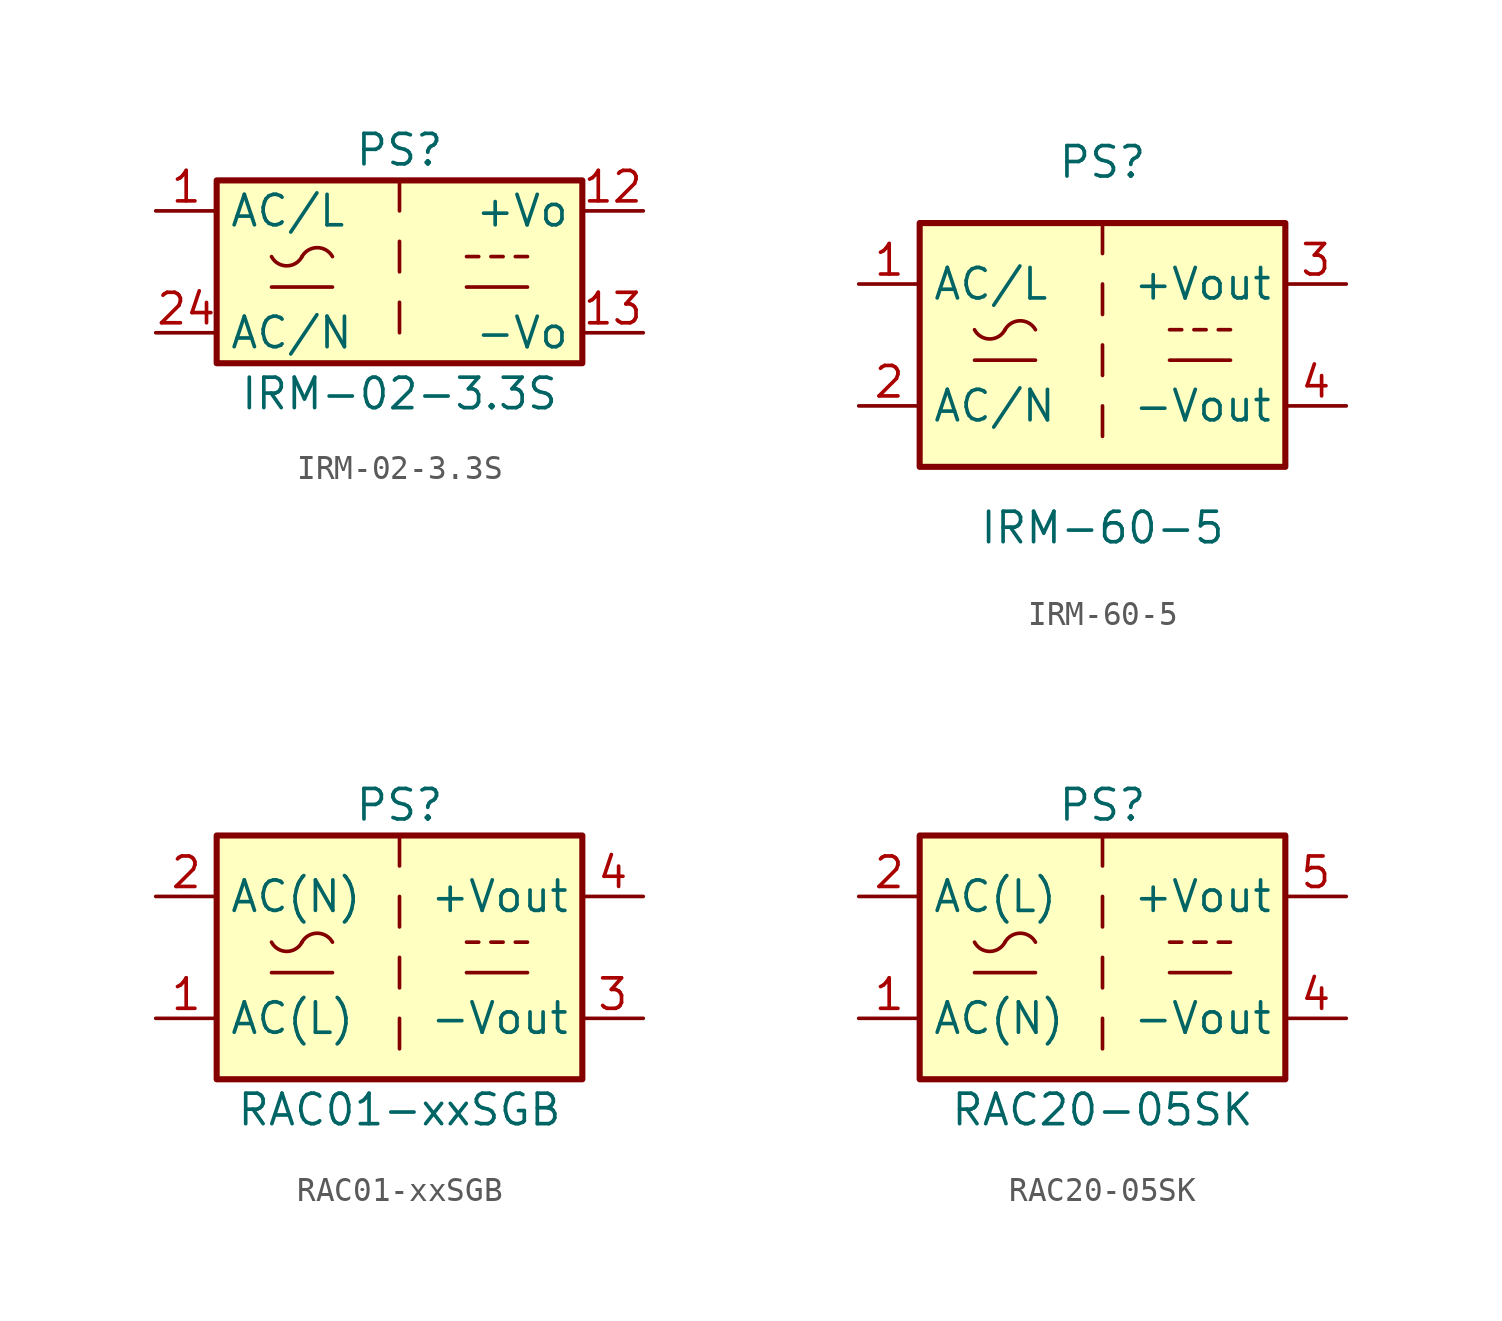
<source format=kicad_sym>
(kicad_symbol_lib
  (version 20211014)
  (generator kicad_symbol_editor)
  (symbol "IRM-02-3.3S"
    (property "Reference" "PS"
      (at 0 5.08 0)
      (effects (font (size 1.27 1.27))))
    (property "Value" "IRM-02-3.3S"
      (at 0 -5.08 0)
      (effects (font (size 1.27 1.27))))
    (symbol "IRM-02-3.3S_1_1"
      (rectangle (start -7.62 3.81) (end 7.62 -3.81) (stroke (width 0.254) (type default) (color 0 0 0 0)) (fill (type background)))
      (arc (start -5.334 0.635) (mid -4.699 0.2495) (end -4.064 0.635) (stroke (width 0) (type default) (color 0 0 0 0)) (fill (type none)))
      (arc (start -2.794 0.635) (mid -3.429 1.0072) (end -4.064 0.635) (stroke (width 0) (type default) (color 0 0 0 0)) (fill (type none)))
      (polyline (pts (xy -5.334 -0.635) (xy -2.794 -0.635)) (stroke (width 0) (type default) (color 0 0 0 0)) (fill (type none)))
      (polyline (pts (xy 0 -1.27) (xy 0 -2.54)) (stroke (width 0) (type default) (color 0 0 0 0)) (fill (type none)))
      (polyline (pts (xy 0 1.27) (xy 0 0)) (stroke (width 0) (type default) (color 0 0 0 0)) (fill (type none)))
      (polyline (pts (xy 0 3.81) (xy 0 2.54)) (stroke (width 0) (type default) (color 0 0 0 0)) (fill (type none)))
      (polyline (pts (xy 2.794 -0.635) (xy 5.334 -0.635)) (stroke (width 0) (type default) (color 0 0 0 0)) (fill (type none)))
      (polyline (pts (xy 2.794 0.635) (xy 3.302 0.635)) (stroke (width 0) (type default) (color 0 0 0 0)) (fill (type none)))
      (polyline (pts (xy 3.81 0.635) (xy 4.318 0.635)) (stroke (width 0) (type default) (color 0 0 0 0)) (fill (type none)))
      (polyline (pts (xy 4.826 0.635) (xy 5.334 0.635)) (stroke (width 0) (type default) (color 0 0 0 0)) (fill (type none)))
      (pin power_in line (at -10.16 2.54 0) (length 2.54) (name "AC/L" (effects (font (size 1.27 1.27)))) (number "1" (effects (font (size 1.27 1.27)))))
      (pin power_out line (at 10.16 2.54 180) (length 2.54) (name "+Vo" (effects (font (size 1.27 1.27)))) (number "12" (effects (font (size 1.27 1.27)))))
      (pin power_out line (at 10.16 -2.54 180) (length 2.54) (name "-Vo" (effects (font (size 1.27 1.27)))) (number "13" (effects (font (size 1.27 1.27)))))
      (pin power_in line (at -10.16 -2.54 0) (length 2.54) (name "AC/N" (effects (font (size 1.27 1.27)))) (number "24" (effects (font (size 1.27 1.27)))))))
  (symbol "IRM-60-5"
    (property "Reference" "PS"
      (at 0 7.62 0)
      (effects (font (size 1.27 1.27))))
    (property "Value" "IRM-60-5"
      (at 0 -7.62 0)
      (effects (font (size 1.27 1.27))))
    (symbol "IRM-60-5_1_1"
      (rectangle (start -7.62 5.08) (end 7.62 -5.08) (stroke (width 0.254) (type default) (color 0 0 0 0)) (fill (type background)))
      (arc (start -5.334 0.635) (mid -4.699 0.2495) (end -4.064 0.635) (stroke (width 0) (type default) (color 0 0 0 0)) (fill (type none)))
      (arc (start -2.794 0.635) (mid -3.429 1.0072) (end -4.064 0.635) (stroke (width 0) (type default) (color 0 0 0 0)) (fill (type none)))
      (polyline (pts (xy -5.334 -0.635) (xy -2.794 -0.635)) (stroke (width 0) (type default) (color 0 0 0 0)) (fill (type none)))
      (polyline (pts (xy 0 -2.54) (xy 0 -3.81)) (stroke (width 0) (type default) (color 0 0 0 0)) (fill (type none)))
      (polyline (pts (xy 0 0) (xy 0 -1.27)) (stroke (width 0) (type default) (color 0 0 0 0)) (fill (type none)))
      (polyline (pts (xy 0 2.54) (xy 0 1.27)) (stroke (width 0) (type default) (color 0 0 0 0)) (fill (type none)))
      (polyline (pts (xy 0 5.08) (xy 0 3.81)) (stroke (width 0) (type default) (color 0 0 0 0)) (fill (type none)))
      (polyline (pts (xy 2.794 -0.635) (xy 5.334 -0.635)) (stroke (width 0) (type default) (color 0 0 0 0)) (fill (type none)))
      (polyline (pts (xy 2.794 0.635) (xy 3.302 0.635)) (stroke (width 0) (type default) (color 0 0 0 0)) (fill (type none)))
      (polyline (pts (xy 3.81 0.635) (xy 4.318 0.635)) (stroke (width 0) (type default) (color 0 0 0 0)) (fill (type none)))
      (polyline (pts (xy 4.826 0.635) (xy 5.334 0.635)) (stroke (width 0) (type default) (color 0 0 0 0)) (fill (type none)))
      (pin power_in line (at -10.16 2.54 0) (length 2.54) (name "AC/L" (effects (font (size 1.27 1.27)))) (number "1" (effects (font (size 1.27 1.27)))))
      (pin power_in line (at -10.16 -2.54 0) (length 2.54) (name "AC/N" (effects (font (size 1.27 1.27)))) (number "2" (effects (font (size 1.27 1.27)))))
      (pin power_out line (at 10.16 2.54 180) (length 2.54) (name "+Vout" (effects (font (size 1.27 1.27)))) (number "3" (effects (font (size 1.27 1.27)))))
      (pin power_out line (at 10.16 -2.54 180) (length 2.54) (name "-Vout" (effects (font (size 1.27 1.27)))) (number "4" (effects (font (size 1.27 1.27)))))))
  (symbol "RAC01-xxSGB"
    (property "Reference" "PS"
      (at 0 6.35 0)
      (effects (font (size 1.27 1.27))))
    (property "Value" "RAC01-xxSGB"
      (at 0 -6.35 0)
      (effects (font (size 1.27 1.27))))
    (symbol "RAC01-xxSGB_1_1"
      (rectangle (start -7.62 5.08) (end 7.62 -5.08) (stroke (width 0.254) (type default) (color 0 0 0 0)) (fill (type background)))
      (arc (start -5.334 0.635) (mid -4.699 0.2495) (end -4.064 0.635) (stroke (width 0) (type default) (color 0 0 0 0)) (fill (type none)))
      (arc (start -2.794 0.635) (mid -3.429 1.0072) (end -4.064 0.635) (stroke (width 0) (type default) (color 0 0 0 0)) (fill (type none)))
      (polyline (pts (xy -5.334 -0.635) (xy -2.794 -0.635)) (stroke (width 0) (type default) (color 0 0 0 0)) (fill (type none)))
      (polyline (pts (xy 0 -2.54) (xy 0 -3.81)) (stroke (width 0) (type default) (color 0 0 0 0)) (fill (type none)))
      (polyline (pts (xy 0 0) (xy 0 -1.27)) (stroke (width 0) (type default) (color 0 0 0 0)) (fill (type none)))
      (polyline (pts (xy 0 2.54) (xy 0 1.27)) (stroke (width 0) (type default) (color 0 0 0 0)) (fill (type none)))
      (polyline (pts (xy 0 5.08) (xy 0 3.81)) (stroke (width 0) (type default) (color 0 0 0 0)) (fill (type none)))
      (polyline (pts (xy 2.794 -0.635) (xy 5.334 -0.635)) (stroke (width 0) (type default) (color 0 0 0 0)) (fill (type none)))
      (polyline (pts (xy 2.794 0.635) (xy 3.302 0.635)) (stroke (width 0) (type default) (color 0 0 0 0)) (fill (type none)))
      (polyline (pts (xy 3.81 0.635) (xy 4.318 0.635)) (stroke (width 0) (type default) (color 0 0 0 0)) (fill (type none)))
      (polyline (pts (xy 4.826 0.635) (xy 5.334 0.635)) (stroke (width 0) (type default) (color 0 0 0 0)) (fill (type none)))
      (pin power_in line (at -10.16 -2.54 0) (length 2.54) (name "AC(L)" (effects (font (size 1.27 1.27)))) (number "1" (effects (font (size 1.27 1.27)))))
      (pin power_in line (at -10.16 2.54 0) (length 2.54) (name "AC(N)" (effects (font (size 1.27 1.27)))) (number "2" (effects (font (size 1.27 1.27)))))
      (pin power_out line (at 10.16 -2.54 180) (length 2.54) (name "-Vout" (effects (font (size 1.27 1.27)))) (number "3" (effects (font (size 1.27 1.27)))))
      (pin power_out line (at 10.16 2.54 180) (length 2.54) (name "+Vout" (effects (font (size 1.27 1.27)))) (number "4" (effects (font (size 1.27 1.27)))))))
  (symbol "RAC20-05SK"
    (property "Reference" "PS"
      (at 0 6.35 0)
      (effects (font (size 1.27 1.27))))
    (property "Value" "RAC20-05SK"
      (at 0 -6.35 0)
      (effects (font (size 1.27 1.27))))
    (symbol "RAC20-05SK_1_1"
      (rectangle (start -7.62 5.08) (end 7.62 -5.08) (stroke (width 0.254) (type default) (color 0 0 0 0)) (fill (type background)))
      (arc (start -5.334 0.635) (mid -4.699 0.2495) (end -4.064 0.635) (stroke (width 0) (type default) (color 0 0 0 0)) (fill (type none)))
      (arc (start -2.794 0.635) (mid -3.429 1.0072) (end -4.064 0.635) (stroke (width 0) (type default) (color 0 0 0 0)) (fill (type none)))
      (polyline (pts (xy -5.334 -0.635) (xy -2.794 -0.635)) (stroke (width 0) (type default) (color 0 0 0 0)) (fill (type none)))
      (polyline (pts (xy 0 -2.54) (xy 0 -3.81)) (stroke (width 0) (type default) (color 0 0 0 0)) (fill (type none)))
      (polyline (pts (xy 0 0) (xy 0 -1.27)) (stroke (width 0) (type default) (color 0 0 0 0)) (fill (type none)))
      (polyline (pts (xy 0 2.54) (xy 0 1.27)) (stroke (width 0) (type default) (color 0 0 0 0)) (fill (type none)))
      (polyline (pts (xy 0 5.08) (xy 0 3.81)) (stroke (width 0) (type default) (color 0 0 0 0)) (fill (type none)))
      (polyline (pts (xy 2.794 -0.635) (xy 5.334 -0.635)) (stroke (width 0) (type default) (color 0 0 0 0)) (fill (type none)))
      (polyline (pts (xy 2.794 0.635) (xy 3.302 0.635)) (stroke (width 0) (type default) (color 0 0 0 0)) (fill (type none)))
      (polyline (pts (xy 3.81 0.635) (xy 4.318 0.635)) (stroke (width 0) (type default) (color 0 0 0 0)) (fill (type none)))
      (polyline (pts (xy 4.826 0.635) (xy 5.334 0.635)) (stroke (width 0) (type default) (color 0 0 0 0)) (fill (type none)))
      (pin power_in line (at -10.16 -2.54 0) (length 2.54) (name "AC(N)" (effects (font (size 1.27 1.27)))) (number "1" (effects (font (size 1.27 1.27)))))
      (pin power_in line (at -10.16 2.54 0) (length 2.54) (name "AC(L)" (effects (font (size 1.27 1.27)))) (number "2" (effects (font (size 1.27 1.27)))))
      (pin power_out line (at 10.16 -2.54 180) (length 2.54) (name "-Vout" (effects (font (size 1.27 1.27)))) (number "4" (effects (font (size 1.27 1.27)))))
      (pin power_out line (at 10.16 2.54 180) (length 2.54) (name "+Vout" (effects (font (size 1.27 1.27)))) (number "5" (effects (font (size 1.27 1.27))))))))
</source>
